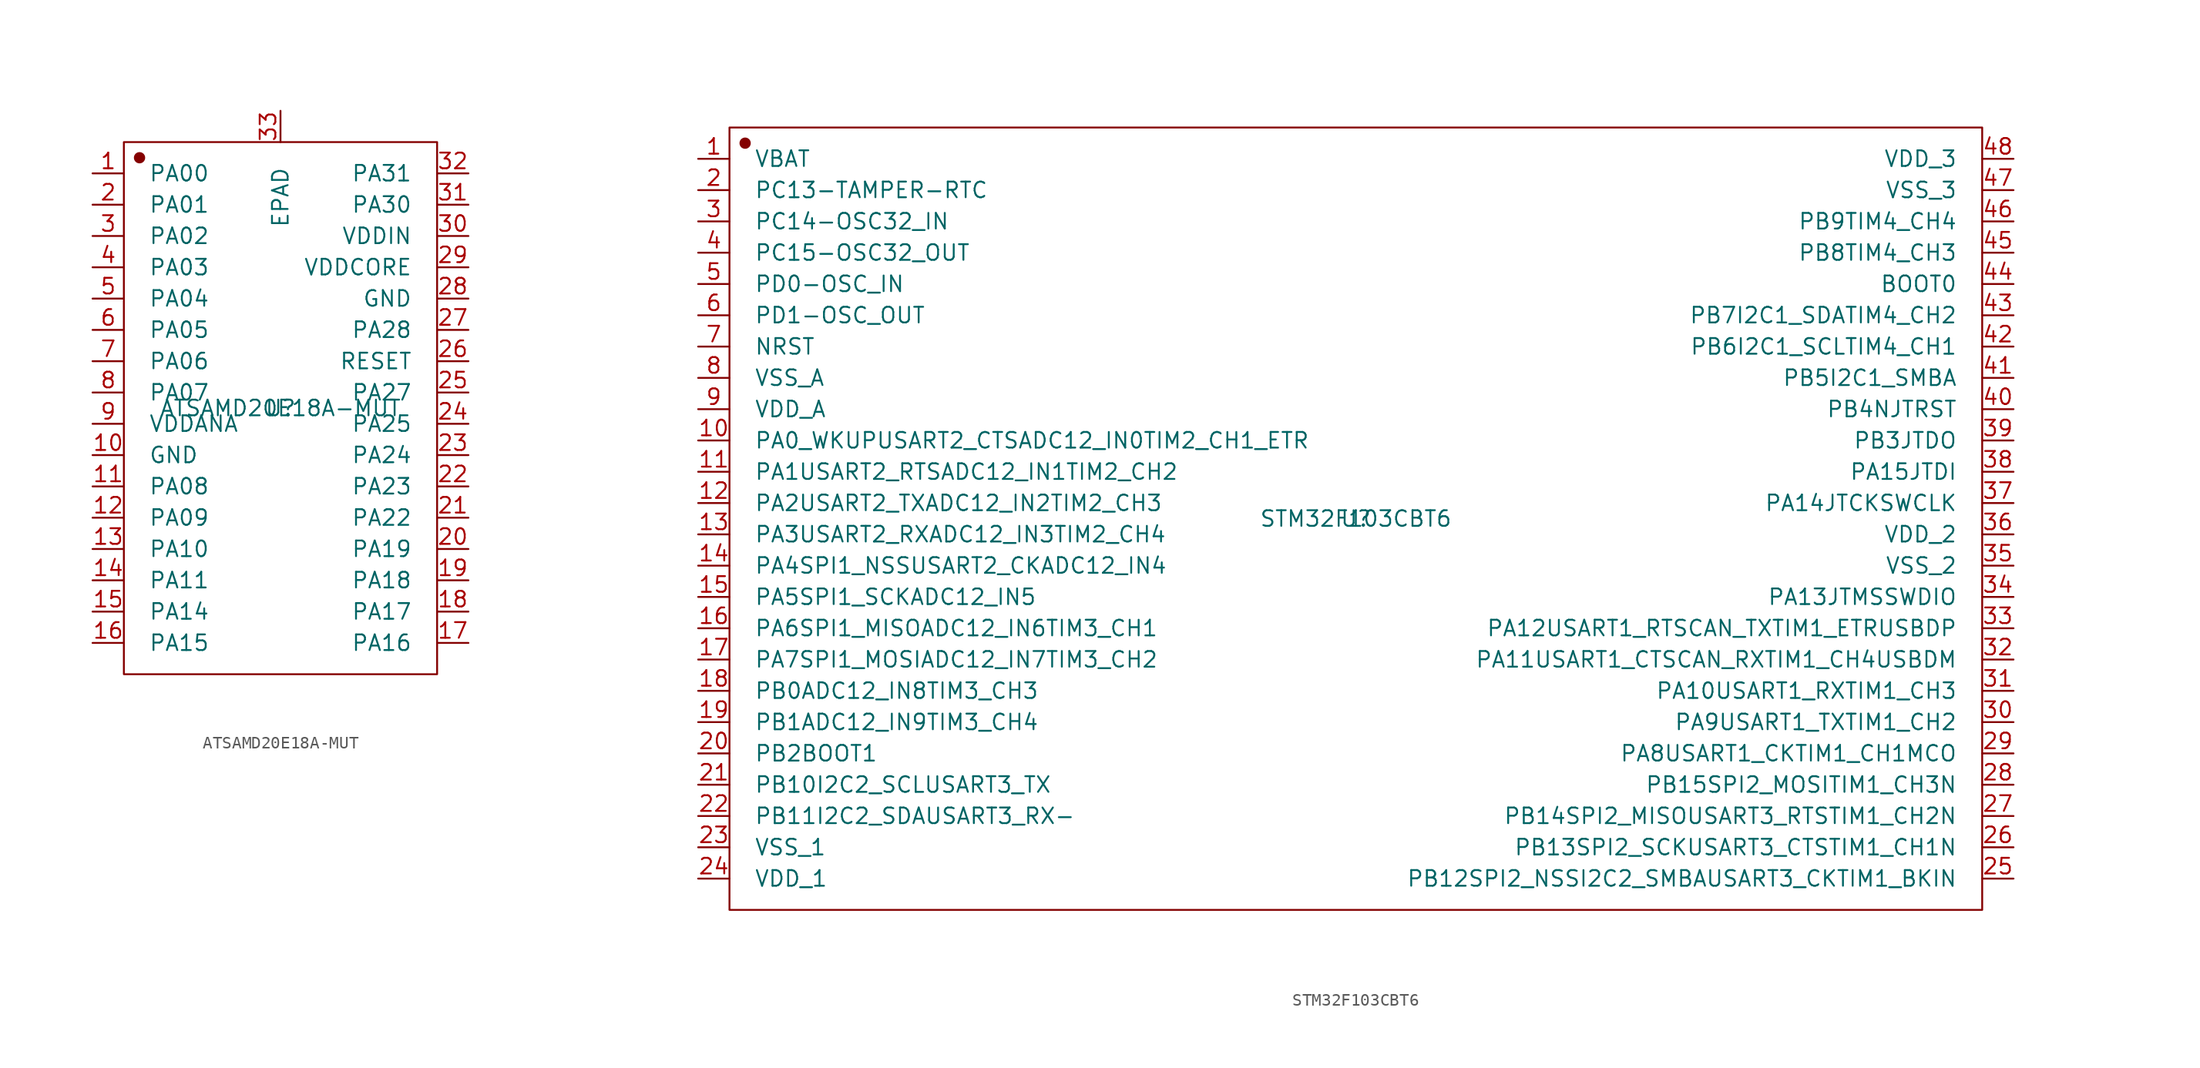
<source format=kicad_sym>
(kicad_symbol_lib
  (version 20201005)
  (generator kicad_symbol_editor)
  (symbol "LCSC:ATSAMD20E18A-MUT"
    (pin_names
      (offset 2))
    (property "Reference" "U"
      (at 0 0 0)
      (effects (font (size 1.27 1.27))))
    (property "Value" "ATSAMD20E18A-MUT"
      (at 0 0 0)
      (effects (font (size 1.27 1.27))))
    (symbol "ATSAMD20E18A-MUT_0_0")
    (symbol "ATSAMD20E18A-MUT_0_1"
      (circle (center -11.43 20.32) (radius 0.381) (stroke (width 0)) (fill (type outline)))
      (rectangle (start -12.7 21.59) (end 12.7 -21.59) (stroke (width 0)) (fill (type none))))
    (symbol "ATSAMD20E18A-MUT_1_1"
      (pin passive line (at -15.24 19.05 0) (length 2.54) (name "PA00" (effects (font (size 1.27 1.27)))) (number "1" (effects (font (size 1.27 1.27)))))
      (pin passive line (at -15.24 16.51 0) (length 2.54) (name "PA01" (effects (font (size 1.27 1.27)))) (number "2" (effects (font (size 1.27 1.27)))))
      (pin passive line (at -15.24 13.97 0) (length 2.54) (name "PA02" (effects (font (size 1.27 1.27)))) (number "3" (effects (font (size 1.27 1.27)))))
      (pin passive line (at -15.24 11.43 0) (length 2.54) (name "PA03" (effects (font (size 1.27 1.27)))) (number "4" (effects (font (size 1.27 1.27)))))
      (pin passive line (at -15.24 8.89 0) (length 2.54) (name "PA04" (effects (font (size 1.27 1.27)))) (number "5" (effects (font (size 1.27 1.27)))))
      (pin passive line (at -15.24 6.35 0) (length 2.54) (name "PA05" (effects (font (size 1.27 1.27)))) (number "6" (effects (font (size 1.27 1.27)))))
      (pin passive line (at -15.24 3.81 0) (length 2.54) (name "PA06" (effects (font (size 1.27 1.27)))) (number "7" (effects (font (size 1.27 1.27)))))
      (pin passive line (at -15.24 1.27 0) (length 2.54) (name "PA07" (effects (font (size 1.27 1.27)))) (number "8" (effects (font (size 1.27 1.27)))))
      (pin passive line (at -15.24 -1.27 0) (length 2.54) (name "VDDANA" (effects (font (size 1.27 1.27)))) (number "9" (effects (font (size 1.27 1.27)))))
      (pin passive line (at -15.24 -3.81 0) (length 2.54) (name "GND" (effects (font (size 1.27 1.27)))) (number "10" (effects (font (size 1.27 1.27)))))
      (pin passive line (at -15.24 -6.35 0) (length 2.54) (name "PA08" (effects (font (size 1.27 1.27)))) (number "11" (effects (font (size 1.27 1.27)))))
      (pin passive line (at -15.24 -8.89 0) (length 2.54) (name "PA09" (effects (font (size 1.27 1.27)))) (number "12" (effects (font (size 1.27 1.27)))))
      (pin passive line (at -15.24 -11.43 0) (length 2.54) (name "PA10" (effects (font (size 1.27 1.27)))) (number "13" (effects (font (size 1.27 1.27)))))
      (pin passive line (at -15.24 -13.97 0) (length 2.54) (name "PA11" (effects (font (size 1.27 1.27)))) (number "14" (effects (font (size 1.27 1.27)))))
      (pin passive line (at -15.24 -16.51 0) (length 2.54) (name "PA14" (effects (font (size 1.27 1.27)))) (number "15" (effects (font (size 1.27 1.27)))))
      (pin passive line (at -15.24 -19.05 0) (length 2.54) (name "PA15" (effects (font (size 1.27 1.27)))) (number "16" (effects (font (size 1.27 1.27)))))
      (pin passive line (at 15.24 -19.05 180) (length 2.54) (name "PA16" (effects (font (size 1.27 1.27)))) (number "17" (effects (font (size 1.27 1.27)))))
      (pin passive line (at 15.24 -16.51 180) (length 2.54) (name "PA17" (effects (font (size 1.27 1.27)))) (number "18" (effects (font (size 1.27 1.27)))))
      (pin passive line (at 15.24 -13.97 180) (length 2.54) (name "PA18" (effects (font (size 1.27 1.27)))) (number "19" (effects (font (size 1.27 1.27)))))
      (pin passive line (at 15.24 -11.43 180) (length 2.54) (name "PA19" (effects (font (size 1.27 1.27)))) (number "20" (effects (font (size 1.27 1.27)))))
      (pin passive line (at 15.24 -8.89 180) (length 2.54) (name "PA22" (effects (font (size 1.27 1.27)))) (number "21" (effects (font (size 1.27 1.27)))))
      (pin passive line (at 15.24 -6.35 180) (length 2.54) (name "PA23" (effects (font (size 1.27 1.27)))) (number "22" (effects (font (size 1.27 1.27)))))
      (pin passive line (at 15.24 -3.81 180) (length 2.54) (name "PA24" (effects (font (size 1.27 1.27)))) (number "23" (effects (font (size 1.27 1.27)))))
      (pin passive line (at 15.24 -1.27 180) (length 2.54) (name "PA25" (effects (font (size 1.27 1.27)))) (number "24" (effects (font (size 1.27 1.27)))))
      (pin passive line (at 15.24 1.27 180) (length 2.54) (name "PA27" (effects (font (size 1.27 1.27)))) (number "25" (effects (font (size 1.27 1.27)))))
      (pin passive line (at 15.24 3.81 180) (length 2.54) (name "RESET" (effects (font (size 1.27 1.27)))) (number "26" (effects (font (size 1.27 1.27)))))
      (pin passive line (at 15.24 6.35 180) (length 2.54) (name "PA28" (effects (font (size 1.27 1.27)))) (number "27" (effects (font (size 1.27 1.27)))))
      (pin passive line (at 15.24 8.89 180) (length 2.54) (name "GND" (effects (font (size 1.27 1.27)))) (number "28" (effects (font (size 1.27 1.27)))))
      (pin passive line (at 15.24 11.43 180) (length 2.54) (name "VDDCORE" (effects (font (size 1.27 1.27)))) (number "29" (effects (font (size 1.27 1.27)))))
      (pin passive line (at 15.24 13.97 180) (length 2.54) (name "VDDIN" (effects (font (size 1.27 1.27)))) (number "30" (effects (font (size 1.27 1.27)))))
      (pin passive line (at 15.24 16.51 180) (length 2.54) (name "PA30" (effects (font (size 1.27 1.27)))) (number "31" (effects (font (size 1.27 1.27)))))
      (pin passive line (at 15.24 19.05 180) (length 2.54) (name "PA31" (effects (font (size 1.27 1.27)))) (number "32" (effects (font (size 1.27 1.27)))))
      (pin passive line (at 0 24.13 270) (length 2.54) (name "EPAD" (effects (font (size 1.27 1.27)))) (number "33" (effects (font (size 1.27 1.27)))))))
  (symbol "LCSC:STM32F103CBT6"
    (pin_names
      (offset 2))
    (property "Reference" "U"
      (at 0 0 0)
      (effects (font (size 1.27 1.27))))
    (property "Value" "STM32F103CBT6"
      (at 0 0 0)
      (effects (font (size 1.27 1.27))))
    (symbol "STM32F103CBT6_0_0")
    (symbol "STM32F103CBT6_0_1"
      (circle (center -49.53 30.48) (radius 0.381) (stroke (width 0)) (fill (type outline)))
      (rectangle (start -50.8 31.75) (end 50.8 -31.75) (stroke (width 0)) (fill (type none))))
    (symbol "STM32F103CBT6_1_1"
      (pin passive line (at -53.34 29.21 0) (length 2.54) (name "VBAT" (effects (font (size 1.27 1.27)))) (number "1" (effects (font (size 1.27 1.27)))))
      (pin passive line (at -53.34 26.67 0) (length 2.54) (name "PC13-TAMPER-RTC" (effects (font (size 1.27 1.27)))) (number "2" (effects (font (size 1.27 1.27)))))
      (pin passive line (at -53.34 24.13 0) (length 2.54) (name "PC14-OSC32_IN" (effects (font (size 1.27 1.27)))) (number "3" (effects (font (size 1.27 1.27)))))
      (pin passive line (at -53.34 21.59 0) (length 2.54) (name "PC15-OSC32_OUT" (effects (font (size 1.27 1.27)))) (number "4" (effects (font (size 1.27 1.27)))))
      (pin passive line (at -53.34 19.05 0) (length 2.54) (name "PD0-OSC_IN" (effects (font (size 1.27 1.27)))) (number "5" (effects (font (size 1.27 1.27)))))
      (pin passive line (at -53.34 16.51 0) (length 2.54) (name "PD1-OSC_OUT" (effects (font (size 1.27 1.27)))) (number "6" (effects (font (size 1.27 1.27)))))
      (pin passive line (at -53.34 13.97 0) (length 2.54) (name "NRST" (effects (font (size 1.27 1.27)))) (number "7" (effects (font (size 1.27 1.27)))))
      (pin passive line (at -53.34 11.43 0) (length 2.54) (name "VSS_A" (effects (font (size 1.27 1.27)))) (number "8" (effects (font (size 1.27 1.27)))))
      (pin passive line (at -53.34 8.89 0) (length 2.54) (name "VDD_A" (effects (font (size 1.27 1.27)))) (number "9" (effects (font (size 1.27 1.27)))))
      (pin passive line (at -53.34 6.35 0) (length 2.54) (name "PA0_WKUPUSART2_CTSADC12_IN0TIM2_CH1_ETR" (effects (font (size 1.27 1.27)))) (number "10" (effects (font (size 1.27 1.27)))))
      (pin passive line (at -53.34 3.81 0) (length 2.54) (name "PA1USART2_RTSADC12_IN1TIM2_CH2" (effects (font (size 1.27 1.27)))) (number "11" (effects (font (size 1.27 1.27)))))
      (pin passive line (at -53.34 1.27 0) (length 2.54) (name "PA2USART2_TXADC12_IN2TIM2_CH3" (effects (font (size 1.27 1.27)))) (number "12" (effects (font (size 1.27 1.27)))))
      (pin passive line (at -53.34 -1.27 0) (length 2.54) (name "PA3USART2_RXADC12_IN3TIM2_CH4" (effects (font (size 1.27 1.27)))) (number "13" (effects (font (size 1.27 1.27)))))
      (pin passive line (at -53.34 -3.81 0) (length 2.54) (name "PA4SPI1_NSSUSART2_CKADC12_IN4" (effects (font (size 1.27 1.27)))) (number "14" (effects (font (size 1.27 1.27)))))
      (pin passive line (at -53.34 -6.35 0) (length 2.54) (name "PA5SPI1_SCKADC12_IN5" (effects (font (size 1.27 1.27)))) (number "15" (effects (font (size 1.27 1.27)))))
      (pin passive line (at -53.34 -8.89 0) (length 2.54) (name "PA6SPI1_MISOADC12_IN6TIM3_CH1" (effects (font (size 1.27 1.27)))) (number "16" (effects (font (size 1.27 1.27)))))
      (pin passive line (at -53.34 -11.43 0) (length 2.54) (name "PA7SPI1_MOSIADC12_IN7TIM3_CH2" (effects (font (size 1.27 1.27)))) (number "17" (effects (font (size 1.27 1.27)))))
      (pin passive line (at -53.34 -13.97 0) (length 2.54) (name "PB0ADC12_IN8TIM3_CH3" (effects (font (size 1.27 1.27)))) (number "18" (effects (font (size 1.27 1.27)))))
      (pin passive line (at -53.34 -16.51 0) (length 2.54) (name "PB1ADC12_IN9TIM3_CH4" (effects (font (size 1.27 1.27)))) (number "19" (effects (font (size 1.27 1.27)))))
      (pin passive line (at -53.34 -19.05 0) (length 2.54) (name "PB2BOOT1" (effects (font (size 1.27 1.27)))) (number "20" (effects (font (size 1.27 1.27)))))
      (pin passive line (at -53.34 -21.59 0) (length 2.54) (name "PB10I2C2_SCLUSART3_TX" (effects (font (size 1.27 1.27)))) (number "21" (effects (font (size 1.27 1.27)))))
      (pin passive line (at -53.34 -24.13 0) (length 2.54) (name "PB11I2C2_SDAUSART3_RX-" (effects (font (size 1.27 1.27)))) (number "22" (effects (font (size 1.27 1.27)))))
      (pin passive line (at -53.34 -26.67 0) (length 2.54) (name "VSS_1" (effects (font (size 1.27 1.27)))) (number "23" (effects (font (size 1.27 1.27)))))
      (pin passive line (at -53.34 -29.21 0) (length 2.54) (name "VDD_1" (effects (font (size 1.27 1.27)))) (number "24" (effects (font (size 1.27 1.27)))))
      (pin passive line (at 53.34 -29.21 180) (length 2.54) (name "PB12SPI2_NSSI2C2_SMBAUSART3_CKTIM1_BKIN" (effects (font (size 1.27 1.27)))) (number "25" (effects (font (size 1.27 1.27)))))
      (pin passive line (at 53.34 -26.67 180) (length 2.54) (name "PB13SPI2_SCKUSART3_CTSTIM1_CH1N" (effects (font (size 1.27 1.27)))) (number "26" (effects (font (size 1.27 1.27)))))
      (pin passive line (at 53.34 -24.13 180) (length 2.54) (name "PB14SPI2_MISOUSART3_RTSTIM1_CH2N" (effects (font (size 1.27 1.27)))) (number "27" (effects (font (size 1.27 1.27)))))
      (pin passive line (at 53.34 -21.59 180) (length 2.54) (name "PB15SPI2_MOSITIM1_CH3N" (effects (font (size 1.27 1.27)))) (number "28" (effects (font (size 1.27 1.27)))))
      (pin passive line (at 53.34 -19.05 180) (length 2.54) (name "PA8USART1_CKTIM1_CH1MCO" (effects (font (size 1.27 1.27)))) (number "29" (effects (font (size 1.27 1.27)))))
      (pin passive line (at 53.34 -16.51 180) (length 2.54) (name "PA9USART1_TXTIM1_CH2" (effects (font (size 1.27 1.27)))) (number "30" (effects (font (size 1.27 1.27)))))
      (pin passive line (at 53.34 -13.97 180) (length 2.54) (name "PA10USART1_RXTIM1_CH3" (effects (font (size 1.27 1.27)))) (number "31" (effects (font (size 1.27 1.27)))))
      (pin passive line (at 53.34 -11.43 180) (length 2.54) (name "PA11USART1_CTSCAN_RXTIM1_CH4USBDM" (effects (font (size 1.27 1.27)))) (number "32" (effects (font (size 1.27 1.27)))))
      (pin passive line (at 53.34 -8.89 180) (length 2.54) (name "PA12USART1_RTSCAN_TXTIM1_ETRUSBDP" (effects (font (size 1.27 1.27)))) (number "33" (effects (font (size 1.27 1.27)))))
      (pin passive line (at 53.34 -6.35 180) (length 2.54) (name "PA13JTMSSWDIO" (effects (font (size 1.27 1.27)))) (number "34" (effects (font (size 1.27 1.27)))))
      (pin passive line (at 53.34 -3.81 180) (length 2.54) (name "VSS_2" (effects (font (size 1.27 1.27)))) (number "35" (effects (font (size 1.27 1.27)))))
      (pin passive line (at 53.34 -1.27 180) (length 2.54) (name "VDD_2" (effects (font (size 1.27 1.27)))) (number "36" (effects (font (size 1.27 1.27)))))
      (pin passive line (at 53.34 1.27 180) (length 2.54) (name "PA14JTCKSWCLK" (effects (font (size 1.27 1.27)))) (number "37" (effects (font (size 1.27 1.27)))))
      (pin passive line (at 53.34 3.81 180) (length 2.54) (name "PA15JTDI" (effects (font (size 1.27 1.27)))) (number "38" (effects (font (size 1.27 1.27)))))
      (pin passive line (at 53.34 6.35 180) (length 2.54) (name "PB3JTDO" (effects (font (size 1.27 1.27)))) (number "39" (effects (font (size 1.27 1.27)))))
      (pin passive line (at 53.34 8.89 180) (length 2.54) (name "PB4NJTRST" (effects (font (size 1.27 1.27)))) (number "40" (effects (font (size 1.27 1.27)))))
      (pin passive line (at 53.34 11.43 180) (length 2.54) (name "PB5I2C1_SMBA" (effects (font (size 1.27 1.27)))) (number "41" (effects (font (size 1.27 1.27)))))
      (pin passive line (at 53.34 13.97 180) (length 2.54) (name "PB6I2C1_SCLTIM4_CH1" (effects (font (size 1.27 1.27)))) (number "42" (effects (font (size 1.27 1.27)))))
      (pin passive line (at 53.34 16.51 180) (length 2.54) (name "PB7I2C1_SDATIM4_CH2" (effects (font (size 1.27 1.27)))) (number "43" (effects (font (size 1.27 1.27)))))
      (pin passive line (at 53.34 19.05 180) (length 2.54) (name "BOOT0" (effects (font (size 1.27 1.27)))) (number "44" (effects (font (size 1.27 1.27)))))
      (pin passive line (at 53.34 21.59 180) (length 2.54) (name "PB8TIM4_CH3" (effects (font (size 1.27 1.27)))) (number "45" (effects (font (size 1.27 1.27)))))
      (pin passive line (at 53.34 24.13 180) (length 2.54) (name "PB9TIM4_CH4" (effects (font (size 1.27 1.27)))) (number "46" (effects (font (size 1.27 1.27)))))
      (pin passive line (at 53.34 26.67 180) (length 2.54) (name "VSS_3" (effects (font (size 1.27 1.27)))) (number "47" (effects (font (size 1.27 1.27)))))
      (pin passive line (at 53.34 29.21 180) (length 2.54) (name "VDD_3" (effects (font (size 1.27 1.27)))) (number "48" (effects (font (size 1.27 1.27))))))))
</source>
